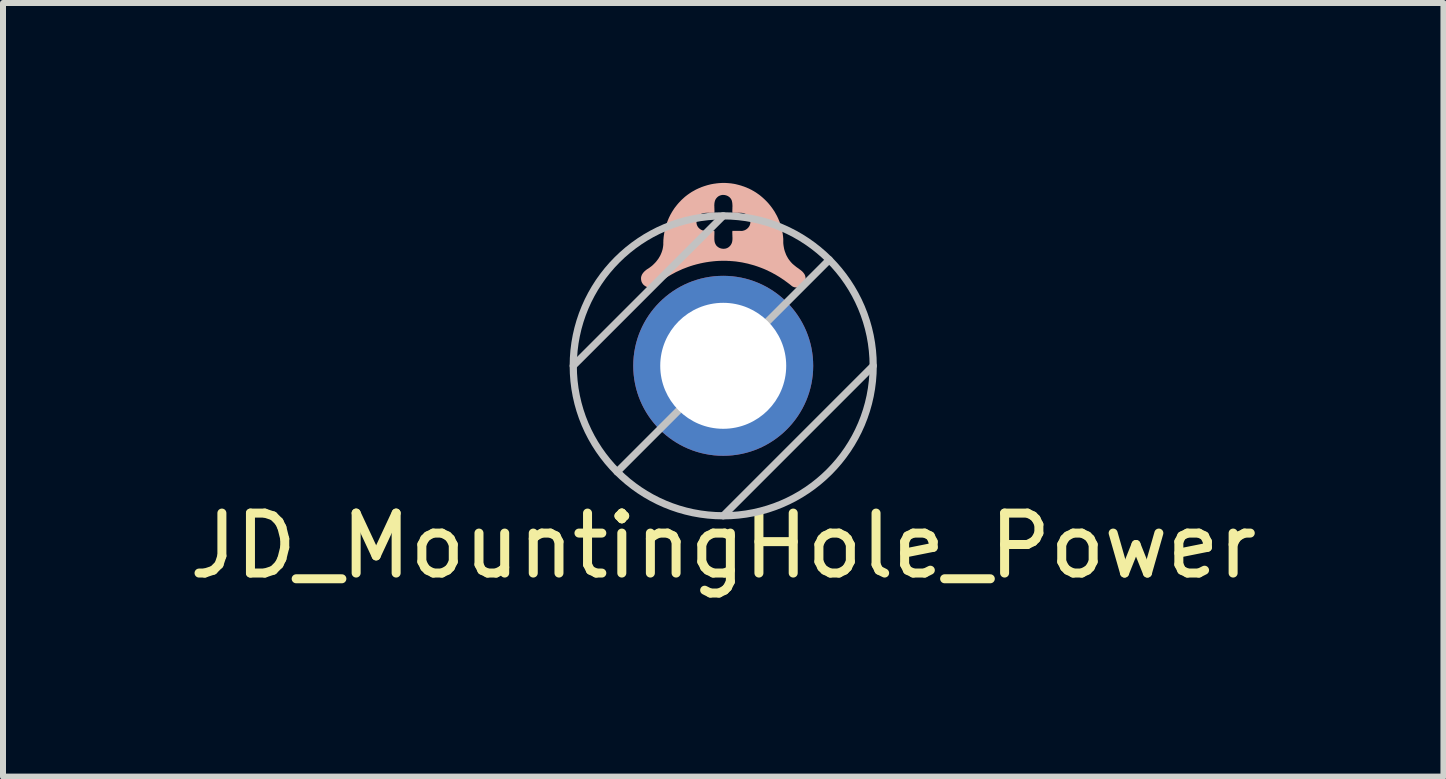
<source format=kicad_pcb>
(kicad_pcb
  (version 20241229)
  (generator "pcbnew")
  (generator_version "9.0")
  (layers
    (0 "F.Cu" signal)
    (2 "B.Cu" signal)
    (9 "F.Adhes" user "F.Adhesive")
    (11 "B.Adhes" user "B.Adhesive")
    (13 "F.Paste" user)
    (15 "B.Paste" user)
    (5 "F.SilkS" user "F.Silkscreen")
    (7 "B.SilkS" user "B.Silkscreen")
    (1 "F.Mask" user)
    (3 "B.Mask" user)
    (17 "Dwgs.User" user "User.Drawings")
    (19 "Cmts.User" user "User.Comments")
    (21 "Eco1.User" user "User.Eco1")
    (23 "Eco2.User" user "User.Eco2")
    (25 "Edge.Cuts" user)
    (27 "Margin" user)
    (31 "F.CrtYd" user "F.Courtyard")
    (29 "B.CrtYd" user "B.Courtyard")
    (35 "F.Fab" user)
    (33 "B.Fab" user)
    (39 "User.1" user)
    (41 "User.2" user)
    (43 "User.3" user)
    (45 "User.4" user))
  (footprint "JD_MountingHole_Power"
    (layer "F.Cu")
    (at 9.006 3.048)
    (property "Reference" "JD_MountingHole_Power" (at 0 3 0) (layer "F.SilkS") (effects (font (size 1 1) (thickness 0.15))))
    (attr through_hole)
    (fp_poly (pts (xy 1.373 -1.457) (xy 0.453 -2.398) (xy 0.452 -2.382) (xy 0.45 -2.367) (xy 0.445 -2.352) (xy 0.44 -2.338) (xy 0.433 -2.325) (xy 0.424 -2.312) (xy 0.415 -2.301) (xy 0.404 -2.29) (xy 0.392 -2.28) (xy 0.38 -2.272) (xy 0.366 -2.264) (xy 0.352 -2.258) (xy 0.338 -2.254) (xy 0.323 -2.25) (xy 0.308 -2.248) (xy 0.292 -2.248) (xy 0.277 -2.25) (xy 0.261 -2.25) (xy 0.246 -2.25) (xy 0.23 -2.25) (xy 0.215 -2.25) (xy 0.199 -2.25) (xy 0.184 -2.25) (xy 0.168 -2.25) (xy 0.153 -2.25) (xy 0.152 -2.235) (xy 0.151 -2.22) (xy 0.152 -2.204) (xy 0.152 -2.189) (xy 0.153 -2.173) (xy 0.153 -2.157) (xy 0.154 -2.141) (xy 0.154 -2.126) (xy 0.154 -2.11) (xy 0.153 -2.095) (xy 0.151 -2.08) (xy 0.148 -2.065) (xy 0.144 -2.05) (xy 0.138 -2.036) (xy 0.131 -2.023) (xy 0.123 -2.01) (xy 0.112 -1.998) (xy 0.102 -1.987) (xy 0.091 -1.978) (xy 0.078 -1.97) (xy 0.066 -1.963) (xy 0.052 -1.958) (xy 0.038 -1.954) (xy 0.024 -1.952) (xy 0.01 -1.951) (xy -0.004 -1.951) (xy -0.019 -1.953) (xy -0.033 -1.955) (xy -0.046 -1.959) (xy -0.06 -1.964) (xy -0.073 -1.971) (xy -0.085 -1.978) (xy -0.096 -1.987) (xy -0.107 -1.996) (xy -0.116 -2.007) (xy -0.124 -2.019) (xy -0.131 -2.032) (xy -0.137 -2.046) (xy -0.142 -2.062) (xy -0.145 -2.079) (xy -0.147 -2.096) (xy -0.148 -2.113) (xy -0.148 -2.13) (xy -0.148 -2.147) (xy -0.148 -2.164) (xy -0.147 -2.181) (xy -0.147 -2.199) (xy -0.146 -2.216) (xy -0.147 -2.233) (xy -0.147 -2.25) (xy -0.162 -2.251) (xy -0.177 -2.251) (xy -0.193 -2.251) (xy -0.208 -2.25) (xy -0.224 -2.25) (xy -0.24 -2.249) (xy -0.256 -2.249) (xy -0.271 -2.248) (xy -0.287 -2.249) (xy -0.302 -2.25) (xy -0.317 -2.252) (xy -0.332 -2.255) (xy -0.347 -2.259) (xy -0.361 -2.264) (xy -0.374 -2.271) (xy -0.387 -2.28) (xy -0.399 -2.29) (xy -0.41 -2.301) (xy -0.42 -2.312) (xy -0.427 -2.324) (xy -0.434 -2.337) (xy -0.439 -2.35) (xy -0.443 -2.364) (xy -0.445 -2.378) (xy -0.446 -2.392) (xy -0.446 -2.407) (xy -0.445 -2.421) (xy -0.442 -2.435) (xy -0.438 -2.449) (xy -0.433 -2.462) (xy -0.426 -2.475) (xy -0.419 -2.487) (xy -0.41 -2.499) (xy -0.401 -2.509) (xy -0.39 -2.519) (xy -0.378 -2.527) (xy -0.365 -2.534) (xy -0.351 -2.54) (xy -0.335 -2.544) (xy -0.318 -2.547) (xy -0.301 -2.549) (xy -0.284 -2.55) (xy -0.267 -2.551) (xy -0.25 -2.551) (xy -0.233 -2.55) (xy -0.216 -2.55) (xy -0.198 -2.549) (xy -0.181 -2.549) (xy -0.164 -2.549) (xy -0.147 -2.55) (xy -0.146 -2.565) (xy -0.146 -2.58) (xy -0.146 -2.595) (xy -0.147 -2.611) (xy -0.147 -2.627) (xy -0.148 -2.642) (xy -0.148 -2.658) (xy -0.149 -2.674) (xy -0.148 -2.689) (xy -0.147 -2.705) (xy -0.145 -2.72) (xy -0.142 -2.735) (xy -0.138 -2.749) (xy -0.133 -2.763) (xy -0.126 -2.777) (xy -0.117 -2.79) (xy -0.107 -2.802) (xy -0.096 -2.813) (xy -0.085 -2.822) (xy -0.073 -2.83) (xy -0.06 -2.836) (xy -0.047 -2.841) (xy -0.033 -2.845) (xy -0.019 -2.848) (xy -0.005 -2.849) (xy 0.01 -2.848) (xy 0.024 -2.847) (xy 0.038 -2.844) (xy 0.052 -2.84) (xy 0.065 -2.835) (xy 0.078 -2.829) (xy 0.09 -2.821) (xy 0.102 -2.813) (xy 0.112 -2.803) (xy 0.122 -2.792) (xy 0.13 -2.78) (xy 0.137 -2.768) (xy 0.143 -2.754) (xy 0.147 -2.737) (xy 0.15 -2.721) (xy 0.152 -2.704) (xy 0.153 -2.687) (xy 0.154 -2.67) (xy 0.154 -2.653) (xy 0.153 -2.635) (xy 0.153 -2.618) (xy 0.152 -2.601) (xy 0.152 -2.584) (xy 0.152 -2.567) (xy 0.153 -2.55) (xy 0.168 -2.549) (xy 0.183 -2.549) (xy 0.198 -2.549) (xy 0.214 -2.549) (xy 0.23 -2.55) (xy 0.245 -2.55) (xy 0.261 -2.551) (xy 0.277 -2.551) (xy 0.292 -2.551) (xy 0.308 -2.55) (xy 0.323 -2.548) (xy 0.338 -2.545) (xy 0.352 -2.541) (xy 0.366 -2.535) (xy 0.38 -2.528) (xy 0.393 -2.52) (xy 0.405 -2.51) (xy 0.416 -2.498) (xy 0.425 -2.486) (xy 0.434 -2.473) (xy 0.441 -2.459) (xy 0.446 -2.444) (xy 0.45 -2.429) (xy 0.452 -2.413) (xy 0.453 -2.398) (xy 1.373 -1.457) (xy 1.372 -1.474) (xy 1.369 -1.489) (xy 1.365 -1.504) (xy 1.359 -1.518) (xy 1.352 -1.531) (xy 1.343 -1.543) (xy 1.334 -1.555) (xy 1.324 -1.566) (xy 1.313 -1.577) (xy 1.301 -1.587) (xy 1.289 -1.597) (xy 1.276 -1.606) (xy 1.263 -1.616) (xy 1.251 -1.625) (xy 1.238 -1.634) (xy 1.225 -1.643) (xy 1.213 -1.652) (xy 1.201 -1.662) (xy 1.19 -1.671) (xy 1.176 -1.682) (xy 1.164 -1.693) (xy 1.151 -1.704) (xy 1.14 -1.716) (xy 1.128 -1.729) (xy 1.117 -1.742) (xy 1.107 -1.755) (xy 1.097 -1.768) (xy 1.087 -1.782) (xy 1.078 -1.796) (xy 1.07 -1.811) (xy 1.062 -1.825) (xy 1.054 -1.84) (xy 1.047 -1.855) (xy 1.041 -1.871) (xy 1.035 -1.887) (xy 1.029 -1.902) (xy 1.024 -1.918) (xy 1.019 -1.935) (xy 1.015 -1.951) (xy 1.012 -1.967) (xy 1.009 -1.984) (xy 1.006 -2.001) (xy 1.004 -2.017) (xy 1.002 -2.034) (xy 1.001 -2.051) (xy 1.001 -2.068) (xy 1.001 -2.085) (xy 1.001 -2.102) (xy 1.001 -2.118) (xy 0.999 -2.135) (xy 0.998 -2.151) (xy 0.996 -2.167) (xy 0.994 -2.184) (xy 0.992 -2.2) (xy 0.989 -2.216) (xy 0.986 -2.233) (xy 0.983 -2.249) (xy 0.98 -2.265) (xy 0.976 -2.281) (xy 0.972 -2.297) (xy 0.968 -2.313) (xy 0.963 -2.328) (xy 0.959 -2.344) (xy 0.954 -2.36) (xy 0.948 -2.375) (xy 0.943 -2.391) (xy 0.937 -2.406) (xy 0.931 -2.421) (xy 0.924 -2.436) (xy 0.918 -2.451) (xy 0.911 -2.466) (xy 0.904 -2.481) (xy 0.897 -2.496) (xy 0.889 -2.511) (xy 0.881 -2.525) (xy 0.873 -2.539) (xy 0.865 -2.554) (xy 0.857 -2.568) (xy 0.848 -2.582) (xy 0.839 -2.595) (xy 0.83 -2.609) (xy 0.82 -2.623) (xy 0.811 -2.636) (xy 0.801 -2.649) (xy 0.791 -2.662) (xy 0.781 -2.675) (xy 0.77 -2.688) (xy 0.76 -2.7) (xy 0.749 -2.713) (xy 0.738 -2.725) (xy 0.727 -2.737) (xy 0.715 -2.749) (xy 0.704 -2.76) (xy 0.692 -2.772) (xy 0.68 -2.783) (xy 0.668 -2.794) (xy 0.656 -2.805) (xy 0.643 -2.816) (xy 0.631 -2.826) (xy 0.618 -2.837) (xy 0.605 -2.847) (xy 0.592 -2.857) (xy 0.578 -2.866) (xy 0.565 -2.876) (xy 0.551 -2.885) (xy 0.538 -2.894) (xy 0.524 -2.902) (xy 0.51 -2.911) (xy 0.495 -2.919) (xy 0.481 -2.927) (xy 0.467 -2.935) (xy 0.452 -2.942) (xy 0.437 -2.95) (xy 0.422 -2.957) (xy 0.407 -2.963) (xy 0.392 -2.97) (xy 0.377 -2.976) (xy 0.361 -2.982) (xy 0.346 -2.988) (xy 0.33 -2.993) (xy 0.314 -2.998) (xy 0.299 -3.004) (xy 0.283 -3.008) (xy 0.267 -3.013) (xy 0.251 -3.017) (xy 0.235 -3.021) (xy 0.219 -3.025) (xy 0.203 -3.029) (xy 0.187 -3.032) (xy 0.171 -3.035) (xy 0.155 -3.037) (xy 0.138 -3.04) (xy 0.122 -3.042) (xy 0.106 -3.043) (xy 0.089 -3.045) (xy 0.073 -3.046) (xy 0.057 -3.047) (xy 0.04 -3.048) (xy 0.024 -3.048) (xy 0.007 -3.048) (xy -0.009 -3.048) (xy -0.026 -3.048) (xy -0.042 -3.047) (xy -0.058 -3.046) (xy -0.075 -3.045) (xy -0.091 -3.043) (xy -0.107 -3.042) (xy -0.124 -3.039) (xy -0.14 -3.037) (xy -0.156 -3.035) (xy -0.172 -3.032) (xy -0.189 -3.029) (xy -0.205 -3.026) (xy -0.221 -3.022) (xy -0.237 -3.018) (xy -0.253 -3.014) (xy -0.268 -3.01) (xy -0.284 -3.005) (xy -0.3 -3) (xy -0.316 -2.995) (xy -0.331 -2.99) (xy -0.347 -2.984) (xy -0.362 -2.979) (xy -0.377 -2.972) (xy -0.392 -2.966) (xy -0.407 -2.96) (xy -0.422 -2.953) (xy -0.437 -2.946) (xy -0.452 -2.939) (xy -0.467 -2.931) (xy -0.481 -2.923) (xy -0.495 -2.915) (xy -0.51 -2.907) (xy -0.524 -2.899) (xy -0.538 -2.89) (xy -0.551 -2.881) (xy -0.565 -2.872) (xy -0.579 -2.862) (xy -0.592 -2.853) (xy -0.605 -2.843) (xy -0.618 -2.833) (xy -0.631 -2.823) (xy -0.644 -2.812) (xy -0.656 -2.801) (xy -0.668 -2.79) (xy -0.68 -2.779) (xy -0.692 -2.768) (xy -0.704 -2.756) (xy -0.715 -2.744) (xy -0.727 -2.732) (xy -0.738 -2.72) (xy -0.749 -2.708) (xy -0.76 -2.695) (xy -0.771 -2.682) (xy -0.782 -2.668) (xy -0.792 -2.655) (xy -0.803 -2.641) (xy -0.813 -2.628) (xy -0.822 -2.614) (xy -0.832 -2.599) (xy -0.841 -2.585) (xy -0.85 -2.571) (xy -0.859 -2.556) (xy -0.867 -2.541) (xy -0.876 -2.526) (xy -0.884 -2.511) (xy -0.891 -2.496) (xy -0.899 -2.481) (xy -0.906 -2.465) (xy -0.913 -2.45) (xy -0.919 -2.434) (xy -0.926 -2.418) (xy -0.932 -2.402) (xy -0.938 -2.386) (xy -0.943 -2.37) (xy -0.949 -2.354) (xy -0.954 -2.338) (xy -0.959 -2.322) (xy -0.963 -2.305) (xy -0.967 -2.289) (xy -0.971 -2.272) (xy -0.975 -2.255) (xy -0.979 -2.239) (xy -0.982 -2.222) (xy -0.985 -2.205) (xy -0.987 -2.188) (xy -0.99 -2.171) (xy -0.992 -2.155) (xy -0.994 -2.138) (xy -0.995 -2.121) (xy -0.997 -2.104) (xy -0.998 -2.087) (xy -0.998 -2.07) (xy -0.999 -2.052) (xy -0.999 -2.035) (xy -0.999 -2.018) (xy -1.001 -2.001) (xy -1.003 -1.984) (xy -1.006 -1.967) (xy -1.009 -1.951) (xy -1.013 -1.934) (xy -1.018 -1.918) (xy -1.023 -1.902) (xy -1.029 -1.886) (xy -1.035 -1.871) (xy -1.042 -1.855) (xy -1.049 -1.84) (xy -1.057 -1.825) (xy -1.066 -1.811) (xy -1.074 -1.796) (xy -1.084 -1.782) (xy -1.094 -1.768) (xy -1.104 -1.755) (xy -1.114 -1.742) (xy -1.125 -1.729) (xy -1.137 -1.716) (xy -1.149 -1.704) (xy -1.161 -1.692) (xy -1.173 -1.68) (xy -1.186 -1.669) (xy -1.199 -1.658) (xy -1.213 -1.648) (xy -1.226 -1.638) (xy -1.24 -1.628) (xy -1.254 -1.619) (xy -1.267 -1.611) (xy -1.28 -1.602) (xy -1.292 -1.592) (xy -1.304 -1.582) (xy -1.316 -1.571) (xy -1.327 -1.559) (xy -1.337 -1.547) (xy -1.346 -1.534) (xy -1.354 -1.521) (xy -1.36 -1.507) (xy -1.365 -1.493) (xy -1.369 -1.478) (xy -1.37 -1.462) (xy -1.37 -1.447) (xy -1.368 -1.43) (xy -1.365 -1.416) (xy -1.361 -1.401) (xy -1.355 -1.388) (xy -1.348 -1.376) (xy -1.34 -1.364) (xy -1.331 -1.353) (xy -1.32 -1.343) (xy -1.309 -1.335) (xy -1.297 -1.327) (xy -1.285 -1.32) (xy -1.271 -1.314) (xy -1.258 -1.31) (xy -1.244 -1.307) (xy -1.229 -1.305) (xy -1.215 -1.304) (xy -1.201 -1.305) (xy -1.187 -1.307) (xy -1.173 -1.311) (xy -1.159 -1.316) (xy -1.147 -1.323) (xy -1.134 -1.332) (xy -1.121 -1.343) (xy -1.108 -1.353) (xy -1.095 -1.364) (xy -1.082 -1.375) (xy -1.069 -1.385) (xy -1.056 -1.395) (xy -1.042 -1.405) (xy -1.029 -1.415) (xy -1.015 -1.425) (xy -1.001 -1.435) (xy -0.987 -1.444) (xy -0.973 -1.454) (xy -0.959 -1.463) (xy -0.945 -1.472) (xy -0.931 -1.481) (xy -0.917 -1.49) (xy -0.902 -1.499) (xy -0.888 -1.507) (xy -0.873 -1.516) (xy -0.859 -1.524) (xy -0.844 -1.532) (xy -0.829 -1.54) (xy -0.814 -1.548) (xy -0.8 -1.556) (xy -0.785 -1.564) (xy -0.769 -1.571) (xy -0.754 -1.578) (xy -0.739 -1.585) (xy -0.724 -1.592) (xy -0.708 -1.599) (xy -0.693 -1.606) (xy -0.678 -1.613) (xy -0.662 -1.619) (xy -0.646 -1.625) (xy -0.631 -1.631) (xy -0.615 -1.637) (xy -0.599 -1.643) (xy -0.584 -1.649) (xy -0.568 -1.654) (xy -0.552 -1.66) (xy -0.536 -1.665) (xy -0.52 -1.67) (xy -0.504 -1.675) (xy -0.488 -1.68) (xy -0.471 -1.684) (xy -0.455 -1.689) (xy -0.439 -1.693) (xy -0.423 -1.697) (xy -0.406 -1.701) (xy -0.39 -1.705) (xy -0.374 -1.709) (xy -0.357 -1.712) (xy -0.341 -1.716) (xy -0.324 -1.719) (xy -0.308 -1.722) (xy -0.291 -1.725) (xy -0.274 -1.728) (xy -0.258 -1.73) (xy -0.241 -1.733) (xy -0.225 -1.735) (xy -0.208 -1.737) (xy -0.191 -1.739) (xy -0.175 -1.741) (xy -0.158 -1.743) (xy -0.141 -1.744) (xy -0.124 -1.746) (xy -0.108 -1.747) (xy -0.091 -1.748) (xy -0.074 -1.749) (xy -0.057 -1.749) (xy -0.04 -1.75) (xy -0.024 -1.75) (xy -0.007 -1.751) (xy 0.01 -1.751) (xy 0.027 -1.75) (xy 0.044 -1.75) (xy 0.06 -1.75) (xy 0.077 -1.749) (xy 0.094 -1.748) (xy 0.111 -1.748) (xy 0.127 -1.746) (xy 0.144 -1.745) (xy 0.161 -1.744) (xy 0.178 -1.742) (xy 0.194 -1.741) (xy 0.211 -1.739) (xy 0.228 -1.737) (xy 0.244 -1.734) (xy 0.261 -1.732) (xy 0.278 -1.729) (xy 0.294 -1.727) (xy 0.311 -1.724) (xy 0.327 -1.721) (xy 0.344 -1.717) (xy 0.36 -1.714) (xy 0.377 -1.71) (xy 0.393 -1.707) (xy 0.41 -1.703) (xy 0.426 -1.699) (xy 0.442 -1.694) (xy 0.459 -1.69) (xy 0.476 -1.685) (xy 0.492 -1.681) (xy 0.509 -1.676) (xy 0.526 -1.671) (xy 0.543 -1.665) (xy 0.559 -1.66) (xy 0.576 -1.654) (xy 0.592 -1.648) (xy 0.609 -1.642) (xy 0.625 -1.636) (xy 0.641 -1.63) (xy 0.658 -1.623) (xy 0.674 -1.617) (xy 0.69 -1.61) (xy 0.706 -1.603) (xy 0.722 -1.596) (xy 0.738 -1.589) (xy 0.753 -1.581) (xy 0.769 -1.573) (xy 0.785 -1.566) (xy 0.8 -1.558) (xy 0.816 -1.55) (xy 0.831 -1.541) (xy 0.846 -1.533) (xy 0.862 -1.525) (xy 0.877 -1.516) (xy 0.892 -1.507) (xy 0.907 -1.498) (xy 0.922 -1.489) (xy 0.937 -1.48) (xy 0.952 -1.47) (xy 0.966 -1.461) (xy 0.981 -1.451) (xy 0.995 -1.441) (xy 1.01 -1.432) (xy 1.024 -1.422) (xy 1.038 -1.411) (xy 1.052 -1.401) (xy 1.066 -1.391) (xy 1.08 -1.38) (xy 1.094 -1.37) (xy 1.108 -1.359) (xy 1.122 -1.348) (xy 1.135 -1.337) (xy 1.149 -1.326) (xy 1.162 -1.319) (xy 1.175 -1.313) (xy 1.189 -1.309) (xy 1.203 -1.307) (xy 1.218 -1.306) (xy 1.232 -1.306) (xy 1.246 -1.308) (xy 1.26 -1.311) (xy 1.273 -1.315) (xy 1.287 -1.321) (xy 1.299 -1.328) (xy 1.311 -1.335) (xy 1.323 -1.344) (xy 1.333 -1.354) (xy 1.342 -1.365) (xy 1.351 -1.376) (xy 1.358 -1.389) (xy 1.364 -1.402) (xy 1.368 -1.415) (xy 1.371 -1.43) (xy 1.372 -1.445) (xy 1.373 -1.457) (xy 1.373 -1.457)) (stroke (width 0) (type solid)) (fill yes) (layer "B.SilkS"))
    (fp_line (start 0 -2.5) (end -2.5 0) (stroke (width 0.12) (type solid)) (layer "Dwgs.User"))
    (fp_line (start 1.768 -1.768) (end -1.768 1.768) (stroke (width 0.12) (type solid)) (layer "Dwgs.User"))
    (fp_line (start 2.5 0) (end 0 2.5) (stroke (width 0.12) (type solid)) (layer "Dwgs.User"))
    (fp_circle (center 0 0) (end 2.5 0) (stroke (width 0.12) (type solid)) (fill no) (layer "Dwgs.User"))
    (pad "1" thru_hole circle (at 0 0) (size 3 3) (drill 2.1) (layers "*.Cu" "*.Mask")))
  (gr_rect
    (start -3 -3)
    (end 21.012 9.896)
    (stroke (width 0.1) (type default))
    (fill no)
    (layer "Edge.Cuts")))
</source>
